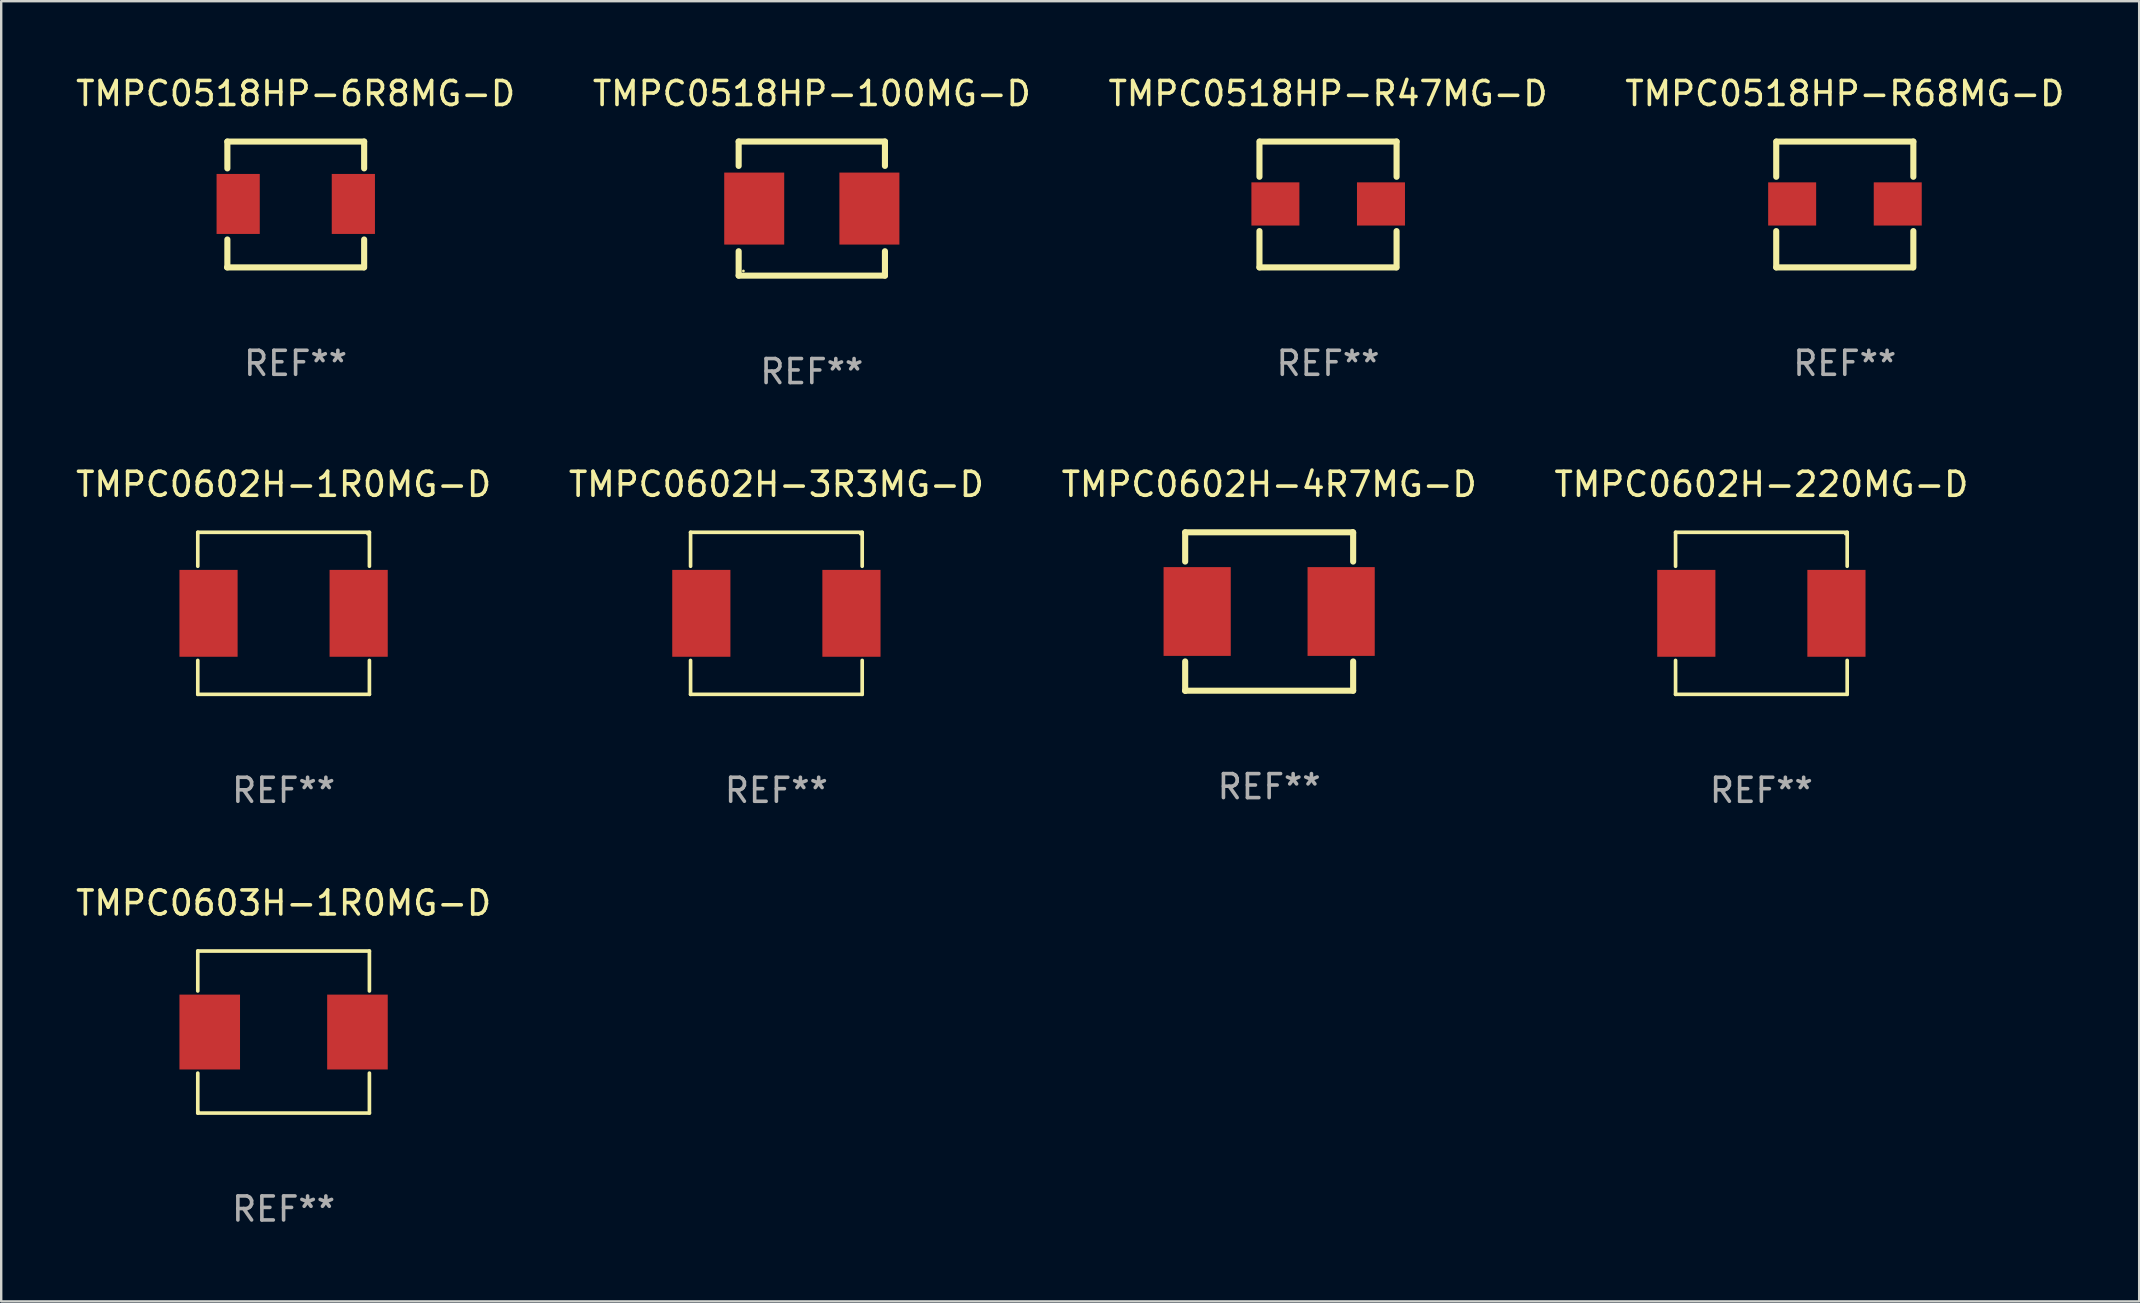
<source format=kicad_pcb>
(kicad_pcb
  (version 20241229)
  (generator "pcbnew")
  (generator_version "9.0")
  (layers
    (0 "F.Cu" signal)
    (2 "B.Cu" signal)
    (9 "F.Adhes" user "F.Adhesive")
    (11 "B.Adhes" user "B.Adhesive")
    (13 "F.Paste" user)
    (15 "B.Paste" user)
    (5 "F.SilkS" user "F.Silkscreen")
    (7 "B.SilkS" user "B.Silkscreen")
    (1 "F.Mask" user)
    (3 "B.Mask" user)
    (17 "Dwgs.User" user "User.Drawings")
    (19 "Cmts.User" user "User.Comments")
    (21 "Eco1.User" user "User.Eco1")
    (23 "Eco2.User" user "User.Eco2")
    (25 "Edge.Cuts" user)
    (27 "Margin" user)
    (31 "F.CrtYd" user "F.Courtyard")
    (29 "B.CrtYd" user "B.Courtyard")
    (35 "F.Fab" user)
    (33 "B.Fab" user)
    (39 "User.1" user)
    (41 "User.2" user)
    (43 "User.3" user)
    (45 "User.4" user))
  (footprint "TMPC0603H-1R0MG-D"
    (layer "F.Cu")
    (at 8.768 39.958)
    (property "Reference" "TMPC0603H-1R0MG-D" (at 0 -5.376 0) (layer "F.SilkS") (effects (font (size 1 1) (thickness 0.15))))
    (attr through_hole)
    (fp_line (start -3.576 -3.376) (end 3.576 -3.376) (stroke (width 0.152) (type solid)) (layer "F.SilkS"))
    (fp_line (start -3.576 -1.712) (end -3.576 -3.376) (stroke (width 0.152) (type solid)) (layer "F.SilkS"))
    (fp_line (start -3.576 1.712) (end -3.576 3.376) (stroke (width 0.152) (type solid)) (layer "F.SilkS"))
    (fp_line (start -3.576 3.376) (end 3.576 3.376) (stroke (width 0.152) (type solid)) (layer "F.SilkS"))
    (fp_line (start 3.576 -3.376) (end 3.576 -1.712) (stroke (width 0.152) (type solid)) (layer "F.SilkS"))
    (fp_line (start 3.576 3.376) (end 3.576 1.712) (stroke (width 0.152) (type solid)) (layer "F.SilkS"))
    (fp_circle (center -3.552 3.307) (end -3.522 3.307) (stroke (width 0.06) (type solid)) (fill no) (layer "F.SilkS"))
    (fp_text user "REF**" (at 0 7.376 0) (layer "F.Fab") (effects (font (size 1 1) (thickness 0.15))))
    (pad "1" smd rect (at -3.078 0) (size 2.524 3.12) (layers "F.Cu" "F.Mask" "F.Paste"))
    (pad "2" smd rect (at 3.078 0) (size 2.524 3.12) (layers "F.Cu" "F.Mask" "F.Paste")))
  (footprint "TMPC0602H-3R3MG-D"
    (layer "F.Cu")
    (at 29.304 22.509)
    (property "Reference" "TMPC0602H-3R3MG-D" (at 0 -5.376 0) (layer "F.SilkS") (effects (font (size 1 1) (thickness 0.15))))
    (attr through_hole)
    (fp_line (start -3.576 -3.376) (end 3.576 -3.376) (stroke (width 0.152) (type solid)) (layer "F.SilkS"))
    (fp_line (start -3.576 -1.962) (end -3.576 -3.376) (stroke (width 0.152) (type solid)) (layer "F.SilkS"))
    (fp_line (start -3.576 1.962) (end -3.576 3.376) (stroke (width 0.152) (type solid)) (layer "F.SilkS"))
    (fp_line (start -3.576 3.376) (end 3.576 3.376) (stroke (width 0.152) (type solid)) (layer "F.SilkS"))
    (fp_line (start 3.576 -3.376) (end 3.576 -1.962) (stroke (width 0.152) (type solid)) (layer "F.SilkS"))
    (fp_line (start 3.576 3.376) (end 3.576 1.962) (stroke (width 0.152) (type solid)) (layer "F.SilkS"))
    (fp_circle (center 3.5 -3.3) (end 3.53 -3.3) (stroke (width 0.06) (type solid)) (fill no) (layer "F.SilkS"))
    (fp_text user "REF**" (at 0 7.376 0) (layer "F.Fab") (effects (font (size 1 1) (thickness 0.15))))
    (pad "1" smd rect (at 3.128 0) (size 2.424 3.62) (layers "F.Cu" "F.Mask" "F.Paste"))
    (pad "2" smd rect (at -3.128 0) (size 2.424 3.62) (layers "F.Cu" "F.Mask" "F.Paste")))
  (footprint "TMPC0518HP-R47MG-D"
    (layer "F.Cu")
    (at 52.292 5.471)
    (property "Reference" "TMPC0518HP-R47MG-D" (at 0 -4.622 0) (layer "F.SilkS") (effects (font (size 1 1) (thickness 0.15))))
    (attr through_hole)
    (fp_line (start -2.857 -1.154) (end -2.857 -2.622) (stroke (width 0.254) (type solid)) (layer "F.SilkS"))
    (fp_line (start -2.857 2.622) (end -2.857 1.109) (stroke (width 0.254) (type solid)) (layer "F.SilkS"))
    (fp_line (start -2.843 -2.622) (end 2.857 -2.622) (stroke (width 0.254) (type solid)) (layer "F.SilkS"))
    (fp_line (start 2.843 2.622) (end -2.857 2.622) (stroke (width 0.254) (type solid)) (layer "F.SilkS"))
    (fp_line (start 2.857 -2.622) (end 2.857 -1.154) (stroke (width 0.254) (type solid)) (layer "F.SilkS"))
    (fp_line (start 2.857 1.109) (end 2.857 2.622) (stroke (width 0.254) (type solid)) (layer "F.SilkS"))
    (fp_circle (center -2.843 2.578) (end -2.813 2.578) (stroke (width 0.06) (type solid)) (fill no) (layer "F.SilkS"))
    (fp_text user "REF**" (at 0 6.622 0) (layer "F.Fab") (effects (font (size 1 1) (thickness 0.15))))
    (pad "1" smd rect (at -2.193 -0.022 270) (size 1.8 2) (layers "F.Cu" "F.Mask" "F.Paste"))
    (pad "2" smd rect (at 2.207 -0.022 270) (size 1.8 2) (layers "F.Cu" "F.Mask" "F.Paste")))
  (footprint "TMPC0518HP-R68MG-D"
    (layer "F.Cu")
    (at 73.827 5.471)
    (property "Reference" "TMPC0518HP-R68MG-D" (at 0 -4.622 0) (layer "F.SilkS") (effects (font (size 1 1) (thickness 0.15))))
    (attr through_hole)
    (fp_line (start -2.857 -1.154) (end -2.857 -2.622) (stroke (width 0.254) (type solid)) (layer "F.SilkS"))
    (fp_line (start -2.857 2.622) (end -2.857 1.109) (stroke (width 0.254) (type solid)) (layer "F.SilkS"))
    (fp_line (start -2.843 -2.622) (end 2.857 -2.622) (stroke (width 0.254) (type solid)) (layer "F.SilkS"))
    (fp_line (start 2.843 2.622) (end -2.857 2.622) (stroke (width 0.254) (type solid)) (layer "F.SilkS"))
    (fp_line (start 2.857 -2.622) (end 2.857 -1.154) (stroke (width 0.254) (type solid)) (layer "F.SilkS"))
    (fp_line (start 2.857 1.109) (end 2.857 2.622) (stroke (width 0.254) (type solid)) (layer "F.SilkS"))
    (fp_circle (center -2.843 2.578) (end -2.813 2.578) (stroke (width 0.06) (type solid)) (fill no) (layer "F.SilkS"))
    (fp_text user "REF**" (at 0 6.622 0) (layer "F.Fab") (effects (font (size 1 1) (thickness 0.15))))
    (pad "1" smd rect (at -2.193 -0.022 270) (size 1.8 2) (layers "F.Cu" "F.Mask" "F.Paste"))
    (pad "2" smd rect (at 2.207 -0.022 270) (size 1.8 2) (layers "F.Cu" "F.Mask" "F.Paste")))
  (footprint "TMPC0518HP-6R8MG-D"
    (layer "F.Cu")
    (at 9.268 5.471)
    (property "Reference" "TMPC0518HP-6R8MG-D" (at 0 -4.622 0) (layer "F.SilkS") (effects (font (size 1 1) (thickness 0.15))))
    (attr through_hole)
    (fp_line (start -2.843 -2.622) (end -2.843 -1.504) (stroke (width 0.254) (type solid)) (layer "F.SilkS"))
    (fp_line (start -2.843 -2.622) (end 2.857 -2.622) (stroke (width 0.254) (type solid)) (layer "F.SilkS"))
    (fp_line (start -2.843 1.459) (end -2.843 2.622) (stroke (width 0.254) (type solid)) (layer "F.SilkS"))
    (fp_line (start 2.843 2.622) (end -2.857 2.622) (stroke (width 0.254) (type solid)) (layer "F.SilkS"))
    (fp_line (start 2.857 -2.622) (end 2.857 -1.504) (stroke (width 0.254) (type solid)) (layer "F.SilkS"))
    (fp_line (start 2.857 1.459) (end 2.857 2.622) (stroke (width 0.254) (type solid)) (layer "F.SilkS"))
    (fp_circle (center -2.843 2.578) (end -2.813 2.578) (stroke (width 0.06) (type solid)) (fill no) (layer "F.SilkS"))
    (fp_text user "REF**" (at 0 6.622 0) (layer "F.Fab") (effects (font (size 1 1) (thickness 0.15))))
    (pad "1" smd rect (at -2.393 -0.022 270) (size 2.5 1.8) (layers "F.Cu" "F.Mask" "F.Paste"))
    (pad "2" smd rect (at 2.407 -0.022 270) (size 2.5 1.8) (layers "F.Cu" "F.Mask" "F.Paste")))
  (footprint "TMPC0602H-220MG-D"
    (layer "F.Cu")
    (at 70.351 22.509)
    (property "Reference" "TMPC0602H-220MG-D" (at 0 -5.376 0) (layer "F.SilkS") (effects (font (size 1 1) (thickness 0.15))))
    (attr through_hole)
    (fp_line (start -3.576 -3.376) (end 3.576 -3.376) (stroke (width 0.152) (type solid)) (layer "F.SilkS"))
    (fp_line (start -3.576 -1.962) (end -3.576 -3.376) (stroke (width 0.152) (type solid)) (layer "F.SilkS"))
    (fp_line (start -3.576 1.962) (end -3.576 3.376) (stroke (width 0.152) (type solid)) (layer "F.SilkS"))
    (fp_line (start -3.576 3.376) (end 3.576 3.376) (stroke (width 0.152) (type solid)) (layer "F.SilkS"))
    (fp_line (start 3.576 -3.376) (end 3.576 -1.962) (stroke (width 0.152) (type solid)) (layer "F.SilkS"))
    (fp_line (start 3.576 3.376) (end 3.576 1.962) (stroke (width 0.152) (type solid)) (layer "F.SilkS"))
    (fp_circle (center 3.5 -3.3) (end 3.53 -3.3) (stroke (width 0.06) (type solid)) (fill no) (layer "F.SilkS"))
    (fp_text user "REF**" (at 0 7.376 0) (layer "F.Fab") (effects (font (size 1 1) (thickness 0.15))))
    (pad "1" smd rect (at 3.128 0) (size 2.424 3.62) (layers "F.Cu" "F.Mask" "F.Paste"))
    (pad "2" smd rect (at -3.128 0) (size 2.424 3.62) (layers "F.Cu" "F.Mask" "F.Paste")))
  (footprint "TMPC0602H-4R7MG-D"
    (layer "F.Cu")
    (at 49.839 22.433)
    (property "Reference" "TMPC0602H-4R7MG-D" (at 0 -5.3 0) (layer "F.SilkS") (effects (font (size 1 1) (thickness 0.15))))
    (attr through_hole)
    (fp_line (start -3.5 -3.3) (end 3.48 -3.3) (stroke (width 0.254) (type solid)) (layer "F.SilkS"))
    (fp_line (start -3.5 -2.081) (end -3.5 -3.3) (stroke (width 0.254) (type solid)) (layer "F.SilkS"))
    (fp_line (start -3.5 3.3) (end -3.5 2.081) (stroke (width 0.254) (type solid)) (layer "F.SilkS"))
    (fp_line (start -3.49 3.3) (end -3.5 3.3) (stroke (width 0.254) (type solid)) (layer "F.SilkS"))
    (fp_line (start 3.48 -3.3) (end 3.5 -3.28) (stroke (width 0.254) (type solid)) (layer "F.SilkS"))
    (fp_line (start 3.5 -3.3) (end 3.5 -2.081) (stroke (width 0.254) (type solid)) (layer "F.SilkS"))
    (fp_line (start 3.5 2.081) (end 3.5 3.3) (stroke (width 0.254) (type solid)) (layer "F.SilkS"))
    (fp_line (start 3.5 3.3) (end -3.49 3.3) (stroke (width 0.254) (type solid)) (layer "F.SilkS"))
    (fp_circle (center -3.5 3.3) (end -3.47 3.3) (stroke (width 0.06) (type solid)) (fill no) (layer "F.SilkS"))
    (fp_text user "REF**" (at 0 7.3 0) (layer "F.Fab") (effects (font (size 1 1) (thickness 0.15))))
    (pad "1" smd rect (at -3 0) (size 2.8 3.7) (layers "F.Cu" "F.Mask" "F.Paste"))
    (pad "2" smd rect (at 3 0) (size 2.8 3.7) (layers "F.Cu" "F.Mask" "F.Paste")))
  (footprint "TMPC0518HP-100MG-D"
    (layer "F.Cu")
    (at 30.78 5.642)
    (property "Reference" "TMPC0518HP-100MG-D" (at 0 -4.794 0) (layer "F.SilkS") (effects (font (size 1 1) (thickness 0.15))))
    (attr through_hole)
    (fp_line (start -3.048 -2.794) (end 3.048 -2.794) (stroke (width 0.254) (type solid)) (layer "F.SilkS"))
    (fp_line (start -3.048 -1.778) (end -3.048 -2.794) (stroke (width 0.254) (type solid)) (layer "F.SilkS"))
    (fp_line (start -3.048 2.794) (end -3.048 1.778) (stroke (width 0.254) (type solid)) (layer "F.SilkS"))
    (fp_line (start 3.048 -2.794) (end 3.048 -1.778) (stroke (width 0.254) (type solid)) (layer "F.SilkS"))
    (fp_line (start 3.048 1.778) (end 3.048 2.794) (stroke (width 0.254) (type solid)) (layer "F.SilkS"))
    (fp_line (start 3.048 2.794) (end -3.048 2.794) (stroke (width 0.254) (type solid)) (layer "F.SilkS"))
    (fp_circle (center -2.85 2.6) (end -2.82 2.6) (stroke (width 0.06) (type solid)) (fill no) (layer "F.SilkS"))
    (fp_text user "REF**" (at 0 6.794 0) (layer "F.Fab") (effects (font (size 1 1) (thickness 0.15))))
    (pad "1" smd rect (at -2.4 0) (size 2.5 3) (layers "F.Cu" "F.Mask" "F.Paste"))
    (pad "2" smd rect (at 2.4 0) (size 2.5 3) (layers "F.Cu" "F.Mask" "F.Paste")))
  (footprint "TMPC0602H-1R0MG-D"
    (layer "F.Cu")
    (at 8.768 22.509)
    (property "Reference" "TMPC0602H-1R0MG-D" (at 0 -5.376 0) (layer "F.SilkS") (effects (font (size 1 1) (thickness 0.15))))
    (attr through_hole)
    (fp_line (start -3.576 -3.376) (end 3.576 -3.376) (stroke (width 0.152) (type solid)) (layer "F.SilkS"))
    (fp_line (start -3.576 -1.962) (end -3.576 -3.376) (stroke (width 0.152) (type solid)) (layer "F.SilkS"))
    (fp_line (start -3.576 1.962) (end -3.576 3.376) (stroke (width 0.152) (type solid)) (layer "F.SilkS"))
    (fp_line (start -3.576 3.376) (end 3.576 3.376) (stroke (width 0.152) (type solid)) (layer "F.SilkS"))
    (fp_line (start 3.576 -3.376) (end 3.576 -1.962) (stroke (width 0.152) (type solid)) (layer "F.SilkS"))
    (fp_line (start 3.576 3.376) (end 3.576 1.962) (stroke (width 0.152) (type solid)) (layer "F.SilkS"))
    (fp_circle (center 3.5 -3.3) (end 3.53 -3.3) (stroke (width 0.06) (type solid)) (fill no) (layer "F.SilkS"))
    (fp_text user "REF**" (at 0 7.376 0) (layer "F.Fab") (effects (font (size 1 1) (thickness 0.15))))
    (pad "1" smd rect (at 3.128 0) (size 2.424 3.62) (layers "F.Cu" "F.Mask" "F.Paste"))
    (pad "2" smd rect (at -3.128 0) (size 2.424 3.62) (layers "F.Cu" "F.Mask" "F.Paste")))
  (gr_rect
    (start -3 -3)
    (end 86.095 51.182)
    (stroke (width 0.1) (type default))
    (fill no)
    (layer "Edge.Cuts")))
</source>
